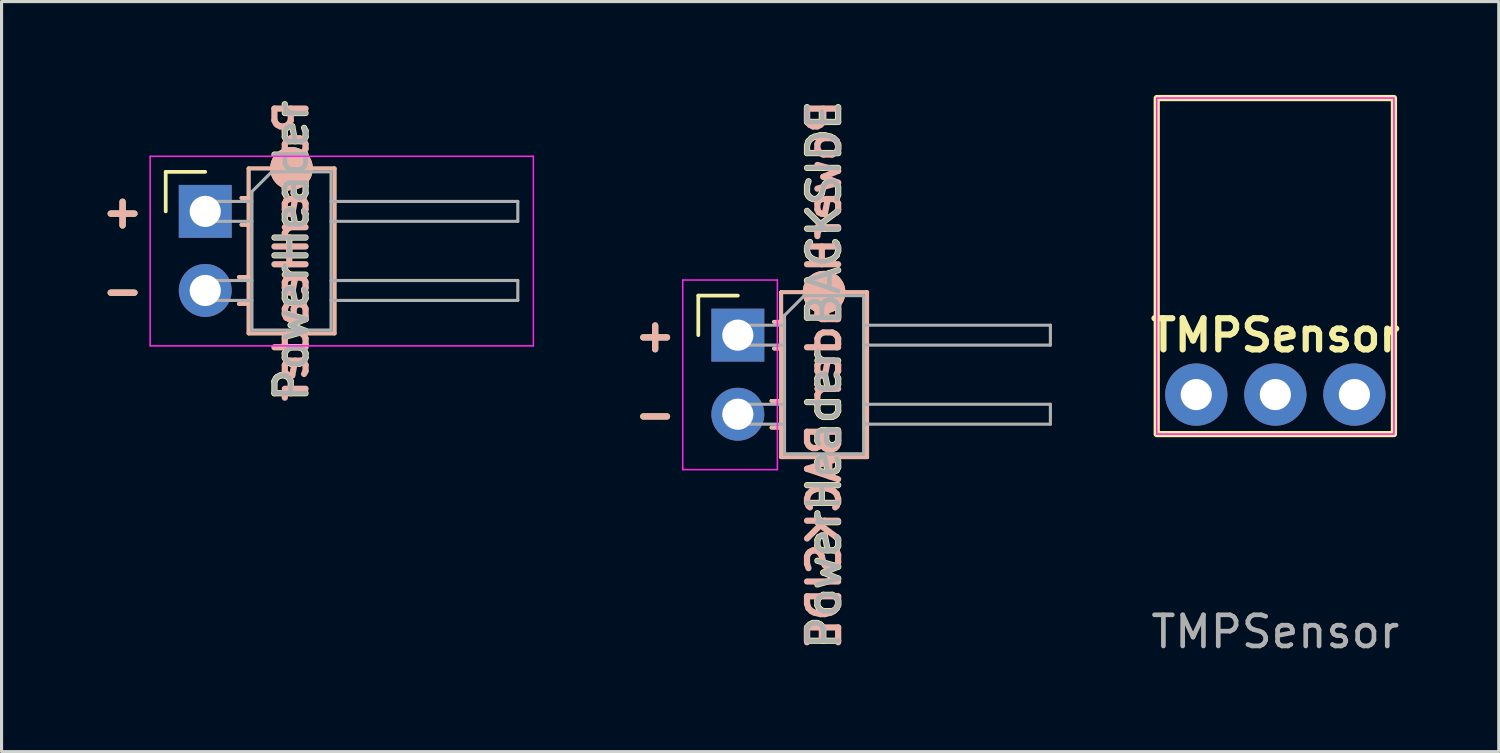
<source format=kicad_pcb>
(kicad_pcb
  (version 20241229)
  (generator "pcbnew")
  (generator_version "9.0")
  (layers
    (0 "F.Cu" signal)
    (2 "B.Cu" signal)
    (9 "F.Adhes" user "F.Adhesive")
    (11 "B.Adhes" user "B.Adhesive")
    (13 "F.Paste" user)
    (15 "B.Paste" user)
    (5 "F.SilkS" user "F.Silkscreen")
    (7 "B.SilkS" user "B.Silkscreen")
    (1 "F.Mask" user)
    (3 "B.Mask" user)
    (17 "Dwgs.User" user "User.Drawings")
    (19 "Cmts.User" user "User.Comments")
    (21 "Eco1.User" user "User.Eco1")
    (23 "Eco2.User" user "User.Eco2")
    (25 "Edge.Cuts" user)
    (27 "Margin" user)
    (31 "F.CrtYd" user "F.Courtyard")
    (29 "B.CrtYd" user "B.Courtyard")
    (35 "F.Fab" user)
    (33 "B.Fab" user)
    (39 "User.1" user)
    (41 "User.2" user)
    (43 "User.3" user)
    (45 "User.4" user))
  (footprint "PowerHeader"
    (layer "F.Cu")
    (at 3.543 3.74)
    (property "Reference" "PowerHeader" (at 2.77 1.27 90) (layer "F.SilkS") (effects (font (size 1 1) (thickness 0.2) (bold yes))))
    (attr through_hole)
    (fp_line (start -1.27 -1.27) (end 0 -1.27) (stroke (width 0.12) (type solid)) (layer "F.SilkS"))
    (fp_line (start -1.27 0) (end -1.27 -1.27) (stroke (width 0.12) (type solid)) (layer "F.SilkS"))
    (fp_line (start 1.077 2.11) (end 1.39 2.11) (stroke (width 0.12) (type solid)) (layer "F.SilkS"))
    (fp_line (start 1.077 2.97) (end 1.39 2.97) (stroke (width 0.12) (type solid)) (layer "F.SilkS"))
    (fp_line (start 1.16 -0.43) (end 1.39 -0.43) (stroke (width 0.12) (type solid)) (layer "F.SilkS"))
    (fp_line (start 1.16 0.43) (end 1.39 0.43) (stroke (width 0.12) (type solid)) (layer "F.SilkS"))
    (fp_line (start 1.39 -1.38) (end 1.39 3.92) (stroke (width 0.12) (type solid)) (layer "F.SilkS"))
    (fp_line (start 1.39 3.92) (end 4.15 3.92) (stroke (width 0.12) (type solid)) (layer "F.SilkS"))
    (fp_line (start 4.15 -1.38) (end 1.39 -1.38) (stroke (width 0.12) (type solid)) (layer "F.SilkS"))
    (fp_line (start 4.15 3.92) (end 4.15 -1.38) (stroke (width 0.12) (type solid)) (layer "F.SilkS"))
    (fp_circle (center 2.77 -1.38) (end 2.77 -0.745) (stroke (width 0.1) (type solid)) (fill yes) (layer "F.SilkS"))
    (fp_line (start 1.084 2.112) (end 1.397 2.112) (stroke (width 0.12) (type solid)) (layer "B.SilkS"))
    (fp_line (start 1.084 2.972) (end 1.397 2.972) (stroke (width 0.12) (type solid)) (layer "B.SilkS"))
    (fp_line (start 1.167 -0.428) (end 1.397 -0.428) (stroke (width 0.12) (type solid)) (layer "B.SilkS"))
    (fp_line (start 1.167 0.432) (end 1.397 0.432) (stroke (width 0.12) (type solid)) (layer "B.SilkS"))
    (fp_line (start 1.397 -1.378) (end 1.397 3.922) (stroke (width 0.12) (type solid)) (layer "B.SilkS"))
    (fp_line (start 1.397 3.922) (end 4.157 3.922) (stroke (width 0.12) (type solid)) (layer "B.SilkS"))
    (fp_line (start 4.157 -1.378) (end 1.397 -1.378) (stroke (width 0.12) (type solid)) (layer "B.SilkS"))
    (fp_line (start 4.157 3.922) (end 4.157 -1.378) (stroke (width 0.12) (type solid)) (layer "B.SilkS"))
    (fp_circle (center 2.77 -1.38) (end 2.77 -0.745) (stroke (width 0.1) (type solid)) (fill yes) (layer "B.SilkS"))
    (fp_line (start -1.77 -1.77) (end -1.77 4.32) (stroke (width 0.05) (type solid)) (layer "F.CrtYd"))
    (fp_line (start -1.77 4.32) (end 10.54 4.32) (stroke (width 0.05) (type solid)) (layer "F.CrtYd"))
    (fp_line (start 10.54 -1.77) (end -1.77 -1.77) (stroke (width 0.05) (type solid)) (layer "F.CrtYd"))
    (fp_line (start 10.54 4.32) (end 10.54 -1.77) (stroke (width 0.05) (type solid)) (layer "F.CrtYd"))
    (fp_line (start -0.32 -0.32) (end -0.32 0.32) (stroke (width 0.1) (type solid)) (layer "F.Fab"))
    (fp_line (start -0.32 -0.32) (end 1.5 -0.32) (stroke (width 0.1) (type solid)) (layer "F.Fab"))
    (fp_line (start -0.32 0.32) (end 1.5 0.32) (stroke (width 0.1) (type solid)) (layer "F.Fab"))
    (fp_line (start -0.32 2.22) (end -0.32 2.86) (stroke (width 0.1) (type solid)) (layer "F.Fab"))
    (fp_line (start -0.32 2.22) (end 1.5 2.22) (stroke (width 0.1) (type solid)) (layer "F.Fab"))
    (fp_line (start -0.32 2.86) (end 1.5 2.86) (stroke (width 0.1) (type solid)) (layer "F.Fab"))
    (fp_line (start 1.5 -0.635) (end 2.135 -1.27) (stroke (width 0.1) (type solid)) (layer "F.Fab"))
    (fp_line (start 1.5 3.81) (end 1.5 -0.635) (stroke (width 0.1) (type solid)) (layer "F.Fab"))
    (fp_line (start 2.135 -1.27) (end 4.04 -1.27) (stroke (width 0.1) (type solid)) (layer "F.Fab"))
    (fp_line (start 4.04 -1.27) (end 4.04 3.81) (stroke (width 0.1) (type solid)) (layer "F.Fab"))
    (fp_line (start 4.04 -0.32) (end 10.04 -0.32) (stroke (width 0.1) (type solid)) (layer "F.Fab"))
    (fp_line (start 4.04 0.32) (end 10.04 0.32) (stroke (width 0.1) (type solid)) (layer "F.Fab"))
    (fp_line (start 4.04 2.22) (end 10.04 2.22) (stroke (width 0.1) (type solid)) (layer "F.Fab"))
    (fp_line (start 4.04 2.86) (end 10.04 2.86) (stroke (width 0.1) (type solid)) (layer "F.Fab"))
    (fp_line (start 4.04 3.81) (end 1.5 3.81) (stroke (width 0.1) (type solid)) (layer "F.Fab"))
    (fp_line (start 10.04 -0.32) (end 10.04 0.32) (stroke (width 0.1) (type solid)) (layer "F.Fab"))
    (fp_line (start 10.04 2.22) (end 10.04 2.86) (stroke (width 0.1) (type solid)) (layer "F.Fab"))
    (fp_text user "+" (at -1.905 0 0) (unlocked yes) (layer "F.SilkS") (effects (font (size 1 1) (thickness 0.2) (bold yes)) (justify right)))
    (fp_text user "-" (at -1.905 2.54 0) (unlocked yes) (layer "F.SilkS") (effects (font (size 1 1) (thickness 0.2) (bold yes)) (justify right)))
    (fp_text user "+" (at -1.905 0 0) (unlocked yes) (layer "B.SilkS") (effects (font (size 1 1) (thickness 0.2) (bold yes)) (justify left mirror)))
    (fp_text user "${REFERENCE}" (at 2.77 1.27 90) (unlocked yes) (layer "B.SilkS") (effects (font (size 1 1) (thickness 0.2) (bold yes)) (justify mirror)))
    (fp_text user "-" (at -1.905 2.54 0) (unlocked yes) (layer "B.SilkS") (effects (font (size 1 1) (thickness 0.2) (bold yes)) (justify left mirror)))
    (fp_text user "${REFERENCE}" (at 2.77 1.27 90) (layer "F.Fab") (effects (font (size 1 1) (thickness 0.15))))
    (pad "1" thru_hole circle (at 0 2.54) (size 1.7 1.7) (drill 1) (layers "*.Cu" "*.Mask"))
    (pad "2" thru_hole rect (at 0 0) (size 1.7 1.7) (drill 1) (layers "*.Cu" "*.Mask")))
  (footprint "PowerHeader BACKSIDE"
    (layer "F.Cu")
    (at 20.651 7.716)
    (property "Reference" "PowerHeader BACKSIDE" (at 2.77 1.27 90) (layer "F.SilkS") (effects (font (size 1 1) (thickness 0.2) (bold yes))))
    (attr through_hole)
    (fp_line (start -1.27 -1.27) (end 0 -1.27) (stroke (width 0.12) (type solid)) (layer "F.SilkS"))
    (fp_line (start -1.27 0) (end -1.27 -1.27) (stroke (width 0.12) (type solid)) (layer "F.SilkS"))
    (fp_line (start 1.077 2.11) (end 1.39 2.11) (stroke (width 0.12) (type solid)) (layer "F.SilkS"))
    (fp_line (start 1.077 2.97) (end 1.39 2.97) (stroke (width 0.12) (type solid)) (layer "F.SilkS"))
    (fp_line (start 1.16 -0.43) (end 1.39 -0.43) (stroke (width 0.12) (type solid)) (layer "F.SilkS"))
    (fp_line (start 1.16 0.43) (end 1.39 0.43) (stroke (width 0.12) (type solid)) (layer "F.SilkS"))
    (fp_line (start 1.39 -1.38) (end 1.39 3.92) (stroke (width 0.12) (type solid)) (layer "F.SilkS"))
    (fp_line (start 1.39 3.92) (end 4.15 3.92) (stroke (width 0.12) (type solid)) (layer "F.SilkS"))
    (fp_line (start 4.15 -1.38) (end 1.39 -1.38) (stroke (width 0.12) (type solid)) (layer "F.SilkS"))
    (fp_line (start 4.15 3.92) (end 4.15 -1.38) (stroke (width 0.12) (type solid)) (layer "F.SilkS"))
    (fp_circle (center 2.77 -1.38) (end 2.77 -0.745) (stroke (width 0.1) (type solid)) (fill yes) (layer "F.SilkS"))
    (fp_line (start 1.084 2.112) (end 1.397 2.112) (stroke (width 0.12) (type solid)) (layer "B.SilkS"))
    (fp_line (start 1.084 2.972) (end 1.397 2.972) (stroke (width 0.12) (type solid)) (layer "B.SilkS"))
    (fp_line (start 1.167 -0.428) (end 1.397 -0.428) (stroke (width 0.12) (type solid)) (layer "B.SilkS"))
    (fp_line (start 1.167 0.432) (end 1.397 0.432) (stroke (width 0.12) (type solid)) (layer "B.SilkS"))
    (fp_line (start 1.397 -1.378) (end 1.397 3.922) (stroke (width 0.12) (type solid)) (layer "B.SilkS"))
    (fp_line (start 1.397 3.922) (end 4.157 3.922) (stroke (width 0.12) (type solid)) (layer "B.SilkS"))
    (fp_line (start 4.157 -1.378) (end 1.397 -1.378) (stroke (width 0.12) (type solid)) (layer "B.SilkS"))
    (fp_line (start 4.157 3.922) (end 4.157 -1.378) (stroke (width 0.12) (type solid)) (layer "B.SilkS"))
    (fp_circle (center 2.77 -1.38) (end 2.77 -0.745) (stroke (width 0.1) (type solid)) (fill yes) (layer "B.SilkS"))
    (fp_line (start -1.77 -1.77) (end -1.77 4.32) (stroke (width 0.05) (type solid)) (layer "F.CrtYd"))
    (fp_line (start -1.77 4.32) (end 1.27 4.32) (stroke (width 0.05) (type solid)) (layer "F.CrtYd"))
    (fp_line (start 1.27 -1.77) (end -1.77 -1.77) (stroke (width 0.05) (type solid)) (layer "F.CrtYd"))
    (fp_line (start 1.27 4.32) (end 1.27 -1.77) (stroke (width 0.05) (type solid)) (layer "F.CrtYd"))
    (fp_line (start -0.32 -0.32) (end -0.32 0.32) (stroke (width 0.1) (type solid)) (layer "F.Fab"))
    (fp_line (start -0.32 -0.32) (end 1.5 -0.32) (stroke (width 0.1) (type solid)) (layer "F.Fab"))
    (fp_line (start -0.32 0.32) (end 1.5 0.32) (stroke (width 0.1) (type solid)) (layer "F.Fab"))
    (fp_line (start -0.32 2.22) (end -0.32 2.86) (stroke (width 0.1) (type solid)) (layer "F.Fab"))
    (fp_line (start -0.32 2.22) (end 1.5 2.22) (stroke (width 0.1) (type solid)) (layer "F.Fab"))
    (fp_line (start -0.32 2.86) (end 1.5 2.86) (stroke (width 0.1) (type solid)) (layer "F.Fab"))
    (fp_line (start 1.5 -0.635) (end 2.135 -1.27) (stroke (width 0.1) (type solid)) (layer "F.Fab"))
    (fp_line (start 1.5 3.81) (end 1.5 -0.635) (stroke (width 0.1) (type solid)) (layer "F.Fab"))
    (fp_line (start 2.135 -1.27) (end 4.04 -1.27) (stroke (width 0.1) (type solid)) (layer "F.Fab"))
    (fp_line (start 4.04 -1.27) (end 4.04 3.81) (stroke (width 0.1) (type solid)) (layer "F.Fab"))
    (fp_line (start 4.04 -0.32) (end 10.04 -0.32) (stroke (width 0.1) (type solid)) (layer "F.Fab"))
    (fp_line (start 4.04 0.32) (end 10.04 0.32) (stroke (width 0.1) (type solid)) (layer "F.Fab"))
    (fp_line (start 4.04 2.22) (end 10.04 2.22) (stroke (width 0.1) (type solid)) (layer "F.Fab"))
    (fp_line (start 4.04 2.86) (end 10.04 2.86) (stroke (width 0.1) (type solid)) (layer "F.Fab"))
    (fp_line (start 4.04 3.81) (end 1.5 3.81) (stroke (width 0.1) (type solid)) (layer "F.Fab"))
    (fp_line (start 10.04 -0.32) (end 10.04 0.32) (stroke (width 0.1) (type solid)) (layer "F.Fab"))
    (fp_line (start 10.04 2.22) (end 10.04 2.86) (stroke (width 0.1) (type solid)) (layer "F.Fab"))
    (fp_text user "-" (at -1.905 2.54 0) (unlocked yes) (layer "F.SilkS") (effects (font (size 1 1) (thickness 0.2) (bold yes)) (justify right)))
    (fp_text user "+" (at -1.905 0 0) (unlocked yes) (layer "F.SilkS") (effects (font (size 1 1) (thickness 0.2) (bold yes)) (justify right)))
    (fp_text user "${REFERENCE}" (at 2.77 1.27 90) (unlocked yes) (layer "B.SilkS") (effects (font (size 1 1) (thickness 0.2) (bold yes)) (justify mirror)))
    (fp_text user "+" (at -1.905 0 0) (unlocked yes) (layer "B.SilkS") (effects (font (size 1 1) (thickness 0.2) (bold yes)) (justify left mirror)))
    (fp_text user "-" (at -1.905 2.54 0) (unlocked yes) (layer "B.SilkS") (effects (font (size 1 1) (thickness 0.2) (bold yes)) (justify left mirror)))
    (fp_text user "${REFERENCE}" (at 2.77 1.27 90) (layer "F.Fab") (effects (font (size 1 1) (thickness 0.15))))
    (pad "1" thru_hole circle (at 0 2.54) (size 1.7 1.7) (drill 1) (layers "*.Cu" "*.Mask"))
    (pad "2" thru_hole rect (at 0 0) (size 1.7 1.7) (drill 1) (layers "*.Cu" "*.Mask")))
  (footprint "TMPSensor"
    (layer "F.Cu")
    (at 35.377 9.625)
    (property "Reference" "TMPSensor" (at 2.54 -1.905 0) (unlocked yes) (layer "F.SilkS") (effects (font (size 1 1) (thickness 0.2) (bold yes))))
    (attr through_hole)
    (fp_poly (pts (xy 6.35 1.27) (xy -1.27 1.27) (xy -1.27 -9.525) (xy 6.35 -9.525)) (stroke (width 0.2) (type solid)) (fill no) (layer "F.SilkS"))
    (fp_poly (pts (xy 6.35 1.27) (xy -1.27 1.27) (xy -1.27 -9.525) (xy 6.35 -9.525)) (stroke (width 0.05) (type solid)) (fill no) (layer "F.CrtYd"))
    (fp_text user "${REFERENCE}" (at 2.54 7.62 0) (unlocked yes) (layer "F.Fab") (effects (font (size 1 1) (thickness 0.15))))
    (pad "1" thru_hole circle (at 0 0) (size 2 2) (drill 1) (layers "*.Cu" "*.Mask"))
    (pad "2" thru_hole circle (at 2.54 0) (size 2 2) (drill 1) (layers "*.Cu" "*.Mask"))
    (pad "3" thru_hole circle (at 5.08 0) (size 2 2) (drill 1) (layers "*.Cu" "*.Mask")))
  (gr_rect
    (start -3 -3)
    (end 45.094 21.093)
    (stroke (width 0.1) (type default))
    (fill no)
    (layer "Edge.Cuts")))
</source>
